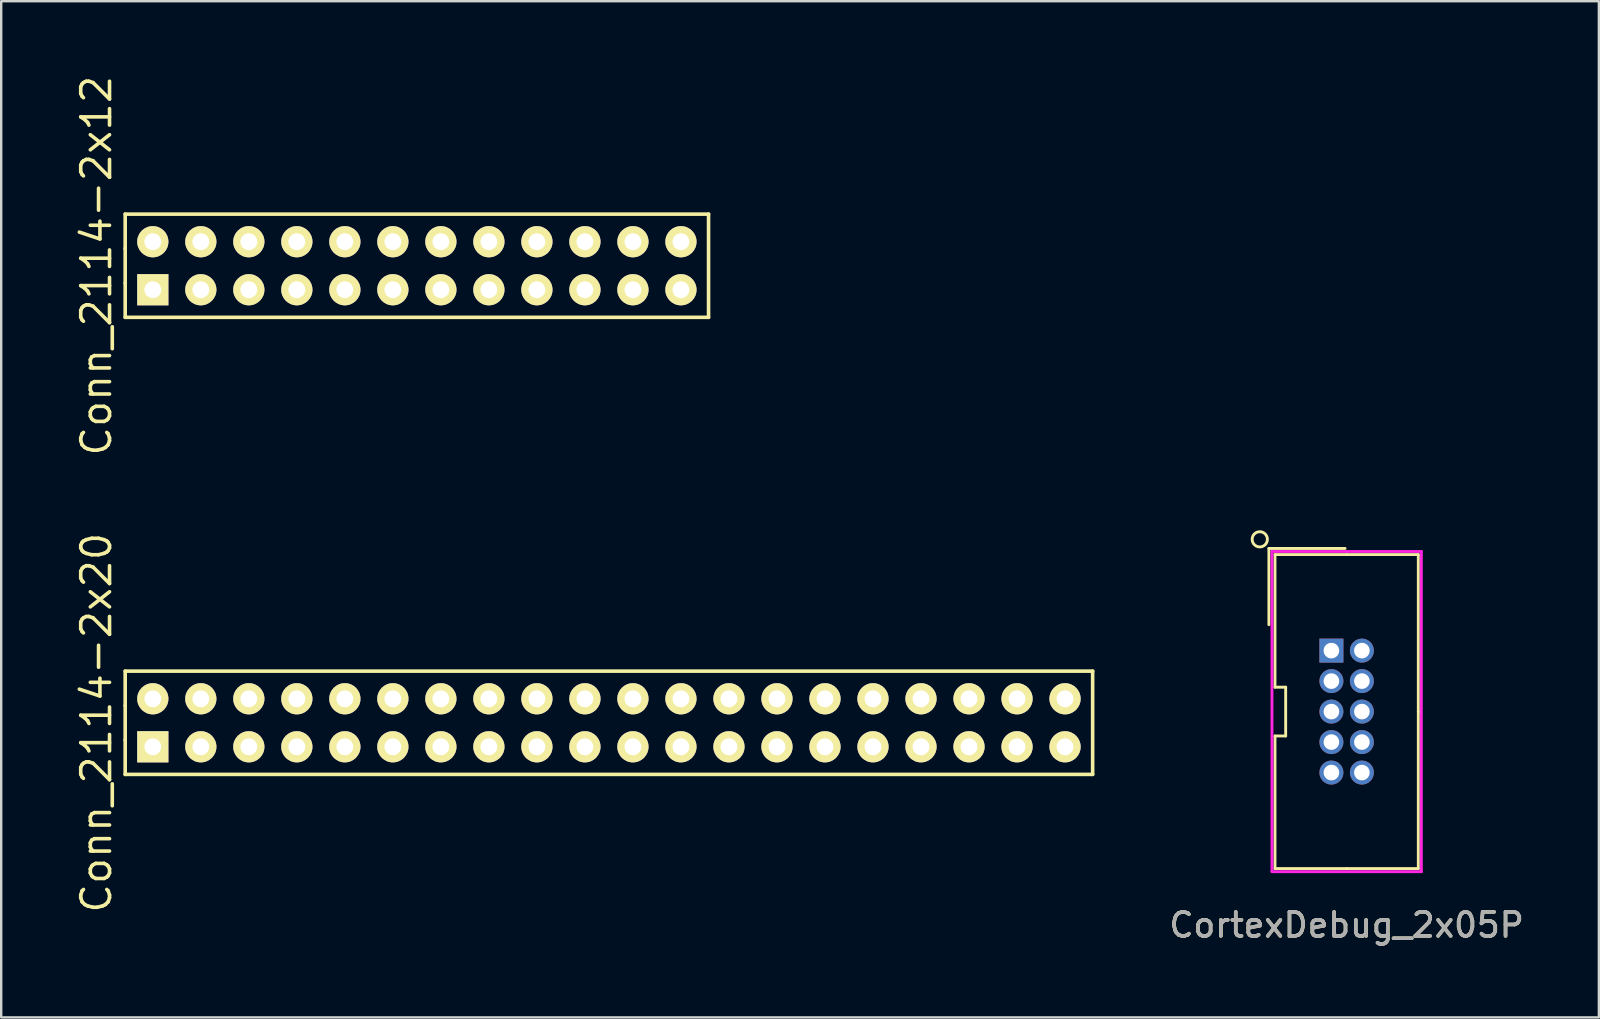
<source format=kicad_pcb>
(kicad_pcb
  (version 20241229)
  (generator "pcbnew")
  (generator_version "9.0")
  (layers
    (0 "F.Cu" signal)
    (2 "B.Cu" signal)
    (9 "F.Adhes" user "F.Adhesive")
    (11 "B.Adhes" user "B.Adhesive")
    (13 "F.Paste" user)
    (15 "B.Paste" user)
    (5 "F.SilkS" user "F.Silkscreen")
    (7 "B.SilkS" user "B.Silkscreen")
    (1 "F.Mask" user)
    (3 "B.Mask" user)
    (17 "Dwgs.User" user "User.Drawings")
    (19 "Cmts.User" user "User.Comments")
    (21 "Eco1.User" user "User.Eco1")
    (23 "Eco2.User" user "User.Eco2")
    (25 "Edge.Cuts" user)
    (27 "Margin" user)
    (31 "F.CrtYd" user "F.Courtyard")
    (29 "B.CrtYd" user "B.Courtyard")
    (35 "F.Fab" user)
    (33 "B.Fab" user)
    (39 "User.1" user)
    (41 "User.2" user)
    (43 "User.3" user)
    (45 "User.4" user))
  (footprint "Conn_2114-2x20"
    (layer "F.Cu")
    (at 22.315 27.058)
    (property "Reference" "Conn_2114-2x20" (at -21.35 0 90) (layer "F.SilkS") (effects (font (size 1.2 1.2) (thickness 0.15))))
    (attr through_hole)
    (fp_line (start -20.15 -2.15) (end -20.15 -0.717) (stroke (width 0.15) (type solid)) (layer "F.SilkS"))
    (fp_line (start -20.15 -0.717) (end -20.15 0.717) (stroke (width 0.15) (type solid)) (layer "F.SilkS"))
    (fp_line (start -20.15 0.717) (end -20.15 2.15) (stroke (width 0.15) (type solid)) (layer "F.SilkS"))
    (fp_line (start -20.15 2.15) (end 20.15 2.15) (stroke (width 0.15) (type solid)) (layer "F.SilkS"))
    (fp_line (start 20.15 -2.15) (end -20.15 -2.15) (stroke (width 0.15) (type solid)) (layer "F.SilkS"))
    (fp_line (start 20.15 2.15) (end 20.15 -2.15) (stroke (width 0.15) (type solid)) (layer "F.SilkS"))
    (pad "1" thru_hole rect (at -19 1) (size 1.3 1.3) (drill 0.7) (layers "*.Cu" "*.Mask" "F.SilkS"))
    (pad "2" thru_hole circle (at -19 -1) (size 1.3 1.3) (drill 0.7) (layers "*.Cu" "*.Mask" "F.SilkS"))
    (pad "3" thru_hole circle (at -17 1) (size 1.3 1.3) (drill 0.7) (layers "*.Cu" "*.Mask" "F.SilkS"))
    (pad "4" thru_hole circle (at -17 -1) (size 1.3 1.3) (drill 0.7) (layers "*.Cu" "*.Mask" "F.SilkS"))
    (pad "5" thru_hole circle (at -15 1) (size 1.3 1.3) (drill 0.7) (layers "*.Cu" "*.Mask" "F.SilkS"))
    (pad "6" thru_hole circle (at -15 -1) (size 1.3 1.3) (drill 0.7) (layers "*.Cu" "*.Mask" "F.SilkS"))
    (pad "7" thru_hole circle (at -13 1) (size 1.3 1.3) (drill 0.7) (layers "*.Cu" "*.Mask" "F.SilkS"))
    (pad "8" thru_hole circle (at -13 -1) (size 1.3 1.3) (drill 0.7) (layers "*.Cu" "*.Mask" "F.SilkS"))
    (pad "9" thru_hole circle (at -11 1) (size 1.3 1.3) (drill 0.7) (layers "*.Cu" "*.Mask" "F.SilkS"))
    (pad "10" thru_hole circle (at -11 -1) (size 1.3 1.3) (drill 0.7) (layers "*.Cu" "*.Mask" "F.SilkS"))
    (pad "11" thru_hole circle (at -9 1) (size 1.3 1.3) (drill 0.7) (layers "*.Cu" "*.Mask" "F.SilkS"))
    (pad "12" thru_hole circle (at -9 -1) (size 1.3 1.3) (drill 0.7) (layers "*.Cu" "*.Mask" "F.SilkS"))
    (pad "13" thru_hole circle (at -7 1) (size 1.3 1.3) (drill 0.7) (layers "*.Cu" "*.Mask" "F.SilkS"))
    (pad "14" thru_hole circle (at -7 -1) (size 1.3 1.3) (drill 0.7) (layers "*.Cu" "*.Mask" "F.SilkS"))
    (pad "15" thru_hole circle (at -5 1) (size 1.3 1.3) (drill 0.7) (layers "*.Cu" "*.Mask" "F.SilkS"))
    (pad "16" thru_hole circle (at -5 -1) (size 1.3 1.3) (drill 0.7) (layers "*.Cu" "*.Mask" "F.SilkS"))
    (pad "17" thru_hole circle (at -3 1) (size 1.3 1.3) (drill 0.7) (layers "*.Cu" "*.Mask" "F.SilkS"))
    (pad "18" thru_hole circle (at -3 -1) (size 1.3 1.3) (drill 0.7) (layers "*.Cu" "*.Mask" "F.SilkS"))
    (pad "19" thru_hole circle (at -1 1) (size 1.3 1.3) (drill 0.7) (layers "*.Cu" "*.Mask" "F.SilkS"))
    (pad "20" thru_hole circle (at -1 -1) (size 1.3 1.3) (drill 0.7) (layers "*.Cu" "*.Mask" "F.SilkS"))
    (pad "21" thru_hole circle (at 1 1) (size 1.3 1.3) (drill 0.7) (layers "*.Cu" "*.Mask" "F.SilkS"))
    (pad "22" thru_hole circle (at 1 -1) (size 1.3 1.3) (drill 0.7) (layers "*.Cu" "*.Mask" "F.SilkS"))
    (pad "23" thru_hole circle (at 3 1) (size 1.3 1.3) (drill 0.7) (layers "*.Cu" "*.Mask" "F.SilkS"))
    (pad "24" thru_hole circle (at 3 -1) (size 1.3 1.3) (drill 0.7) (layers "*.Cu" "*.Mask" "F.SilkS"))
    (pad "25" thru_hole circle (at 5 1) (size 1.3 1.3) (drill 0.7) (layers "*.Cu" "*.Mask" "F.SilkS"))
    (pad "26" thru_hole circle (at 5 -1) (size 1.3 1.3) (drill 0.7) (layers "*.Cu" "*.Mask" "F.SilkS"))
    (pad "27" thru_hole circle (at 7 1) (size 1.3 1.3) (drill 0.7) (layers "*.Cu" "*.Mask" "F.SilkS"))
    (pad "28" thru_hole circle (at 7 -1) (size 1.3 1.3) (drill 0.7) (layers "*.Cu" "*.Mask" "F.SilkS"))
    (pad "29" thru_hole circle (at 9 1) (size 1.3 1.3) (drill 0.7) (layers "*.Cu" "*.Mask" "F.SilkS"))
    (pad "30" thru_hole circle (at 9 -1) (size 1.3 1.3) (drill 0.7) (layers "*.Cu" "*.Mask" "F.SilkS"))
    (pad "31" thru_hole circle (at 11 1) (size 1.3 1.3) (drill 0.7) (layers "*.Cu" "*.Mask" "F.SilkS"))
    (pad "32" thru_hole circle (at 11 -1) (size 1.3 1.3) (drill 0.7) (layers "*.Cu" "*.Mask" "F.SilkS"))
    (pad "33" thru_hole circle (at 13 1) (size 1.3 1.3) (drill 0.7) (layers "*.Cu" "*.Mask" "F.SilkS"))
    (pad "34" thru_hole circle (at 13 -1) (size 1.3 1.3) (drill 0.7) (layers "*.Cu" "*.Mask" "F.SilkS"))
    (pad "35" thru_hole circle (at 15 1) (size 1.3 1.3) (drill 0.7) (layers "*.Cu" "*.Mask" "F.SilkS"))
    (pad "36" thru_hole circle (at 15 -1) (size 1.3 1.3) (drill 0.7) (layers "*.Cu" "*.Mask" "F.SilkS"))
    (pad "37" thru_hole circle (at 17 1) (size 1.3 1.3) (drill 0.7) (layers "*.Cu" "*.Mask" "F.SilkS"))
    (pad "38" thru_hole circle (at 17 -1) (size 1.3 1.3) (drill 0.7) (layers "*.Cu" "*.Mask" "F.SilkS"))
    (pad "39" thru_hole circle (at 19 1) (size 1.3 1.3) (drill 0.7) (layers "*.Cu" "*.Mask" "F.SilkS"))
    (pad "40" thru_hole circle (at 19 -1) (size 1.3 1.3) (drill 0.7) (layers "*.Cu" "*.Mask" "F.SilkS")))
  (footprint "Conn_2114-2x12"
    (layer "F.Cu")
    (at 14.315 8.019)
    (property "Reference" "Conn_2114-2x12" (at -13.35 0 90) (layer "F.SilkS") (effects (font (size 1.2 1.2) (thickness 0.15))))
    (attr through_hole)
    (fp_line (start -12.15 -2.15) (end -12.15 -0.717) (stroke (width 0.15) (type solid)) (layer "F.SilkS"))
    (fp_line (start -12.15 -0.717) (end -12.15 0.717) (stroke (width 0.15) (type solid)) (layer "F.SilkS"))
    (fp_line (start -12.15 0.717) (end -12.15 2.15) (stroke (width 0.15) (type solid)) (layer "F.SilkS"))
    (fp_line (start -12.15 2.15) (end 12.15 2.15) (stroke (width 0.15) (type solid)) (layer "F.SilkS"))
    (fp_line (start 12.15 -2.15) (end -12.15 -2.15) (stroke (width 0.15) (type solid)) (layer "F.SilkS"))
    (fp_line (start 12.15 2.15) (end 12.15 -2.15) (stroke (width 0.15) (type solid)) (layer "F.SilkS"))
    (pad "1" thru_hole rect (at -11 1) (size 1.3 1.3) (drill 0.7) (layers "*.Cu" "*.Mask" "F.SilkS"))
    (pad "2" thru_hole circle (at -11 -1) (size 1.3 1.3) (drill 0.7) (layers "*.Cu" "*.Mask" "F.SilkS"))
    (pad "3" thru_hole circle (at -9 1) (size 1.3 1.3) (drill 0.7) (layers "*.Cu" "*.Mask" "F.SilkS"))
    (pad "4" thru_hole circle (at -9 -1) (size 1.3 1.3) (drill 0.7) (layers "*.Cu" "*.Mask" "F.SilkS"))
    (pad "5" thru_hole circle (at -7 1) (size 1.3 1.3) (drill 0.7) (layers "*.Cu" "*.Mask" "F.SilkS"))
    (pad "6" thru_hole circle (at -7 -1) (size 1.3 1.3) (drill 0.7) (layers "*.Cu" "*.Mask" "F.SilkS"))
    (pad "7" thru_hole circle (at -5 1) (size 1.3 1.3) (drill 0.7) (layers "*.Cu" "*.Mask" "F.SilkS"))
    (pad "8" thru_hole circle (at -5 -1) (size 1.3 1.3) (drill 0.7) (layers "*.Cu" "*.Mask" "F.SilkS"))
    (pad "9" thru_hole circle (at -3 1) (size 1.3 1.3) (drill 0.7) (layers "*.Cu" "*.Mask" "F.SilkS"))
    (pad "10" thru_hole circle (at -3 -1) (size 1.3 1.3) (drill 0.7) (layers "*.Cu" "*.Mask" "F.SilkS"))
    (pad "11" thru_hole circle (at -1 1) (size 1.3 1.3) (drill 0.7) (layers "*.Cu" "*.Mask" "F.SilkS"))
    (pad "12" thru_hole circle (at -1 -1) (size 1.3 1.3) (drill 0.7) (layers "*.Cu" "*.Mask" "F.SilkS"))
    (pad "13" thru_hole circle (at 1 1) (size 1.3 1.3) (drill 0.7) (layers "*.Cu" "*.Mask" "F.SilkS"))
    (pad "14" thru_hole circle (at 1 -1) (size 1.3 1.3) (drill 0.7) (layers "*.Cu" "*.Mask" "F.SilkS"))
    (pad "15" thru_hole circle (at 3 1) (size 1.3 1.3) (drill 0.7) (layers "*.Cu" "*.Mask" "F.SilkS"))
    (pad "16" thru_hole circle (at 3 -1) (size 1.3 1.3) (drill 0.7) (layers "*.Cu" "*.Mask" "F.SilkS"))
    (pad "17" thru_hole circle (at 5 1) (size 1.3 1.3) (drill 0.7) (layers "*.Cu" "*.Mask" "F.SilkS"))
    (pad "18" thru_hole circle (at 5 -1) (size 1.3 1.3) (drill 0.7) (layers "*.Cu" "*.Mask" "F.SilkS"))
    (pad "19" thru_hole circle (at 7 1) (size 1.3 1.3) (drill 0.7) (layers "*.Cu" "*.Mask" "F.SilkS"))
    (pad "20" thru_hole circle (at 7 -1) (size 1.3 1.3) (drill 0.7) (layers "*.Cu" "*.Mask" "F.SilkS"))
    (pad "21" thru_hole circle (at 9 1) (size 1.3 1.3) (drill 0.7) (layers "*.Cu" "*.Mask" "F.SilkS"))
    (pad "22" thru_hole circle (at 9 -1) (size 1.3 1.3) (drill 0.7) (layers "*.Cu" "*.Mask" "F.SilkS"))
    (pad "23" thru_hole circle (at 11 1) (size 1.3 1.3) (drill 0.7) (layers "*.Cu" "*.Mask" "F.SilkS"))
    (pad "24" thru_hole circle (at 11 -1) (size 1.3 1.3) (drill 0.7) (layers "*.Cu" "*.Mask" "F.SilkS")))
  (footprint "CortexDebug_2x05P"
    (layer "F.Cu")
    (at 53.046 26.592)
    (property "Reference" "CortexDebug_2x05P" (at 0 8.89 0) (layer "F.SilkS") (effects (font (size 1 1) (thickness 0.15))))
    (attr through_hole)
    (fp_line (start -3.239 -3.619) (end -3.239 -6.795) (stroke (width 0.12) (type solid)) (layer "F.SilkS"))
    (fp_line (start -2.985 -1.016) (end -2.985 -6.54) (stroke (width 0.12) (type solid)) (layer "F.SilkS"))
    (fp_line (start -2.985 -1.016) (end -2.54 -1.016) (stroke (width 0.12) (type solid)) (layer "F.SilkS"))
    (fp_line (start -2.985 1.016) (end -2.985 6.54) (stroke (width 0.12) (type solid)) (layer "F.SilkS"))
    (fp_line (start -2.985 6.54) (end 0 6.54) (stroke (width 0.12) (type solid)) (layer "F.SilkS"))
    (fp_line (start -2.54 -1.016) (end -2.54 1.016) (stroke (width 0.12) (type solid)) (layer "F.SilkS"))
    (fp_line (start -2.54 1.016) (end -2.985 1.016) (stroke (width 0.12) (type solid)) (layer "F.SilkS"))
    (fp_line (start -0.064 -6.795) (end -3.239 -6.795) (stroke (width 0.12) (type solid)) (layer "F.SilkS"))
    (fp_line (start 0 -6.54) (end -2.985 -6.54) (stroke (width 0.12) (type solid)) (layer "F.SilkS"))
    (fp_line (start 0 6.54) (end 2.985 6.54) (stroke (width 0.12) (type solid)) (layer "F.SilkS"))
    (fp_line (start 2.985 -6.54) (end 0 -6.54) (stroke (width 0.12) (type solid)) (layer "F.SilkS"))
    (fp_line (start 2.985 0) (end 2.985 -6.54) (stroke (width 0.12) (type solid)) (layer "F.SilkS"))
    (fp_line (start 2.985 0) (end 2.985 6.54) (stroke (width 0.12) (type solid)) (layer "F.SilkS"))
    (fp_circle (center -3.619 -7.176) (end -3.619 -7.493) (stroke (width 0.12) (type solid)) (fill no) (layer "F.SilkS"))
    (fp_line (start -3.111 -6.668) (end 3.111 -6.668) (stroke (width 0.12) (type solid)) (layer "F.CrtYd"))
    (fp_line (start -3.111 6.668) (end -3.111 -6.668) (stroke (width 0.12) (type solid)) (layer "F.CrtYd"))
    (fp_line (start 3.111 -6.668) (end 3.111 6.668) (stroke (width 0.12) (type solid)) (layer "F.CrtYd"))
    (fp_line (start 3.111 6.668) (end -3.111 6.668) (stroke (width 0.12) (type solid)) (layer "F.CrtYd"))
    (fp_text user "${REFERENCE}" (at 0 8.89 180) (layer "F.Fab") (effects (font (size 1 1) (thickness 0.15))))
    (pad "1" thru_hole rect (at -0.635 -2.54) (size 1 1) (drill 0.65) (layers "*.Cu" "*.Mask"))
    (pad "2" thru_hole oval (at 0.635 -2.54) (size 1 1) (drill 0.65) (layers "*.Cu" "*.Mask"))
    (pad "3" thru_hole oval (at -0.635 -1.27) (size 1 1) (drill 0.65) (layers "*.Cu" "*.Mask"))
    (pad "4" thru_hole oval (at 0.635 -1.27) (size 1 1) (drill 0.65) (layers "*.Cu" "*.Mask"))
    (pad "5" thru_hole oval (at -0.635 0) (size 1 1) (drill 0.65) (layers "*.Cu" "*.Mask"))
    (pad "6" thru_hole oval (at 0.635 0) (size 1 1) (drill 0.65) (layers "*.Cu" "*.Mask"))
    (pad "7" thru_hole oval (at -0.635 1.27) (size 1 1) (drill 0.65) (layers "*.Cu" "*.Mask"))
    (pad "8" thru_hole oval (at 0.635 1.27) (size 1 1) (drill 0.65) (layers "*.Cu" "*.Mask"))
    (pad "9" thru_hole oval (at -0.635 2.54) (size 1 1) (drill 0.65) (layers "*.Cu" "*.Mask"))
    (pad "10" thru_hole oval (at 0.635 2.54) (size 1 1) (drill 0.65) (layers "*.Cu" "*.Mask")))
  (gr_rect
    (start -3 -3)
    (end 63.552 39.33)
    (stroke (width 0.1) (type default))
    (fill no)
    (layer "Edge.Cuts")))
</source>
